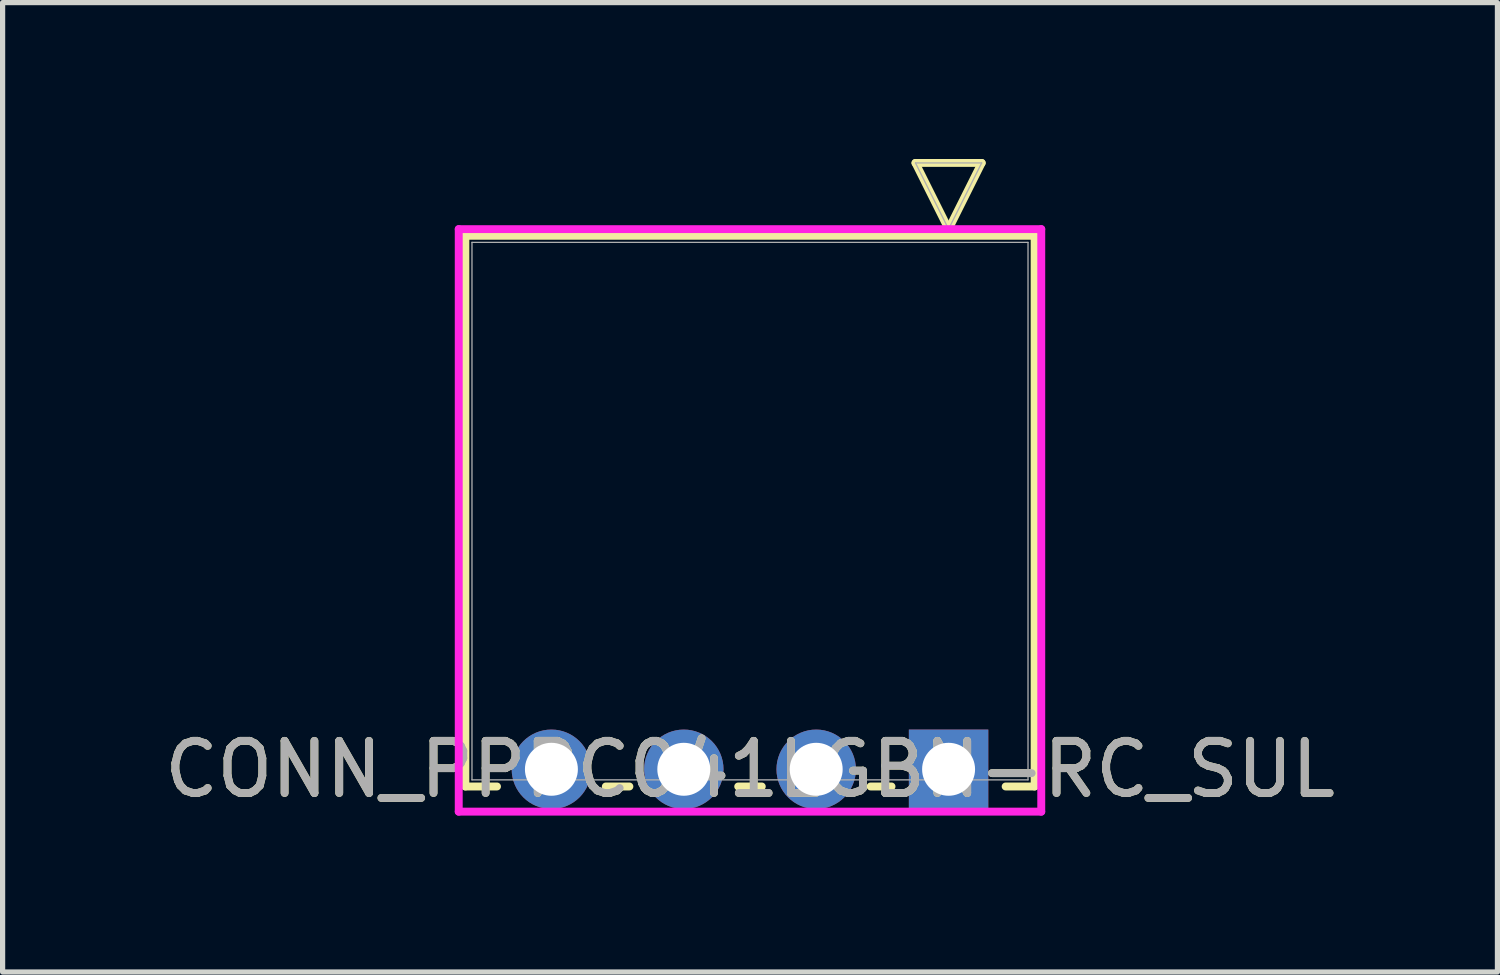
<source format=kicad_pcb>
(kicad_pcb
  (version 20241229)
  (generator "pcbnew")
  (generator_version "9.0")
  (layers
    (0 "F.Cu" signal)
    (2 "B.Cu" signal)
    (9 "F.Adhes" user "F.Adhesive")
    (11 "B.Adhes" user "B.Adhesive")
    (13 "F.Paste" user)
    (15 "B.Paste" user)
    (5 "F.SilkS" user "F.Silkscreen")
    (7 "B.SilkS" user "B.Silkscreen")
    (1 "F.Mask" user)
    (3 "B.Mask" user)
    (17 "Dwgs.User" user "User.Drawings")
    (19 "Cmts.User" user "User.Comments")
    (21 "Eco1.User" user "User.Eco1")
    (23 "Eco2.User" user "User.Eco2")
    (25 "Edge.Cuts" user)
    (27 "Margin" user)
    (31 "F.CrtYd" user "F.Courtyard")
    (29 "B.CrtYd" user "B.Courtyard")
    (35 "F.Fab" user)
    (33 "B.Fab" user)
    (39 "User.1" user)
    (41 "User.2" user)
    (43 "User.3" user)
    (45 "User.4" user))
  (footprint "CONN_PPPC041LGBN-RC_SUL"
    (layer "F.Cu")
    (at 15.149 11.709)
    (property "Reference" "CONN_PPPC041LGBN-RC_SUL" (at -3.81 0 0) (unlocked yes) (layer "F.SilkS") (effects (font (size 1 1) (thickness 0.15))))
    (attr through_hole)
    (fp_line (start -9.271 -10.236) (end -9.271 0.33) (stroke (width 0.152) (type solid)) (layer "F.SilkS"))
    (fp_line (start -9.271 0.33) (end -8.664 0.33) (stroke (width 0.152) (type solid)) (layer "F.SilkS"))
    (fp_line (start -6.576 0.33) (end -6.124 0.33) (stroke (width 0.152) (type solid)) (layer "F.SilkS"))
    (fp_line (start -4.036 0.33) (end -3.584 0.33) (stroke (width 0.152) (type solid)) (layer "F.SilkS"))
    (fp_line (start -1.496 0.33) (end -1.095 0.33) (stroke (width 0.152) (type solid)) (layer "F.SilkS"))
    (fp_line (start -0.635 -11.633) (end 0.635 -11.633) (stroke (width 0.152) (type solid)) (layer "F.SilkS"))
    (fp_line (start 0 -10.363) (end -0.635 -11.633) (stroke (width 0.152) (type solid)) (layer "F.SilkS"))
    (fp_line (start 0.635 -11.633) (end 0 -10.363) (stroke (width 0.152) (type solid)) (layer "F.SilkS"))
    (fp_line (start 1.095 0.33) (end 1.651 0.33) (stroke (width 0.152) (type solid)) (layer "F.SilkS"))
    (fp_line (start 1.651 -10.236) (end -9.271 -10.236) (stroke (width 0.152) (type solid)) (layer "F.SilkS"))
    (fp_line (start 1.651 0.33) (end 1.651 -10.236) (stroke (width 0.152) (type solid)) (layer "F.SilkS"))
    (fp_line (start -9.398 -10.363) (end -9.398 0.813) (stroke (width 0.152) (type solid)) (layer "F.CrtYd"))
    (fp_line (start -9.398 0.813) (end 1.778 0.813) (stroke (width 0.152) (type solid)) (layer "F.CrtYd"))
    (fp_line (start 1.778 -10.363) (end -9.398 -10.363) (stroke (width 0.152) (type solid)) (layer "F.CrtYd"))
    (fp_line (start 1.778 0.813) (end 1.778 -10.363) (stroke (width 0.152) (type solid)) (layer "F.CrtYd"))
    (fp_line (start -9.144 -10.109) (end -9.144 0.203) (stroke (width 0.025) (type solid)) (layer "F.Fab"))
    (fp_line (start -9.144 0.203) (end 1.524 0.203) (stroke (width 0.025) (type solid)) (layer "F.Fab"))
    (fp_line (start -0.635 -11.633) (end 0.635 -11.633) (stroke (width 0.025) (type solid)) (layer "F.Fab"))
    (fp_line (start 0 -10.363) (end -0.635 -11.633) (stroke (width 0.025) (type solid)) (layer "F.Fab"))
    (fp_line (start 0.635 -11.633) (end 0 -10.363) (stroke (width 0.025) (type solid)) (layer "F.Fab"))
    (fp_line (start 1.524 -10.109) (end -9.144 -10.109) (stroke (width 0.025) (type solid)) (layer "F.Fab"))
    (fp_line (start 1.524 0.203) (end 1.524 -10.109) (stroke (width 0.025) (type solid)) (layer "F.Fab"))
    (fp_text user "${REFERENCE}" (at -3.81 0 0) (unlocked yes) (layer "F.Fab") (effects (font (size 1 1) (thickness 0.15))))
    (pad "1" thru_hole rect (at 0 0) (size 1.524 1.524) (drill 1.016) (layers "*.Cu" "*.Mask"))
    (pad "2" thru_hole circle (at -2.54 0) (size 1.524 1.524) (drill 1.016) (layers "*.Cu" "*.Mask"))
    (pad "3" thru_hole circle (at -5.08 0) (size 1.524 1.524) (drill 1.016) (layers "*.Cu" "*.Mask"))
    (pad "4" thru_hole circle (at -7.62 0) (size 1.524 1.524) (drill 1.016) (layers "*.Cu" "*.Mask")))
  (gr_rect
    (start -3 -3)
    (end 25.679 15.598)
    (stroke (width 0.1) (type default))
    (fill no)
    (layer "Edge.Cuts")))
</source>
